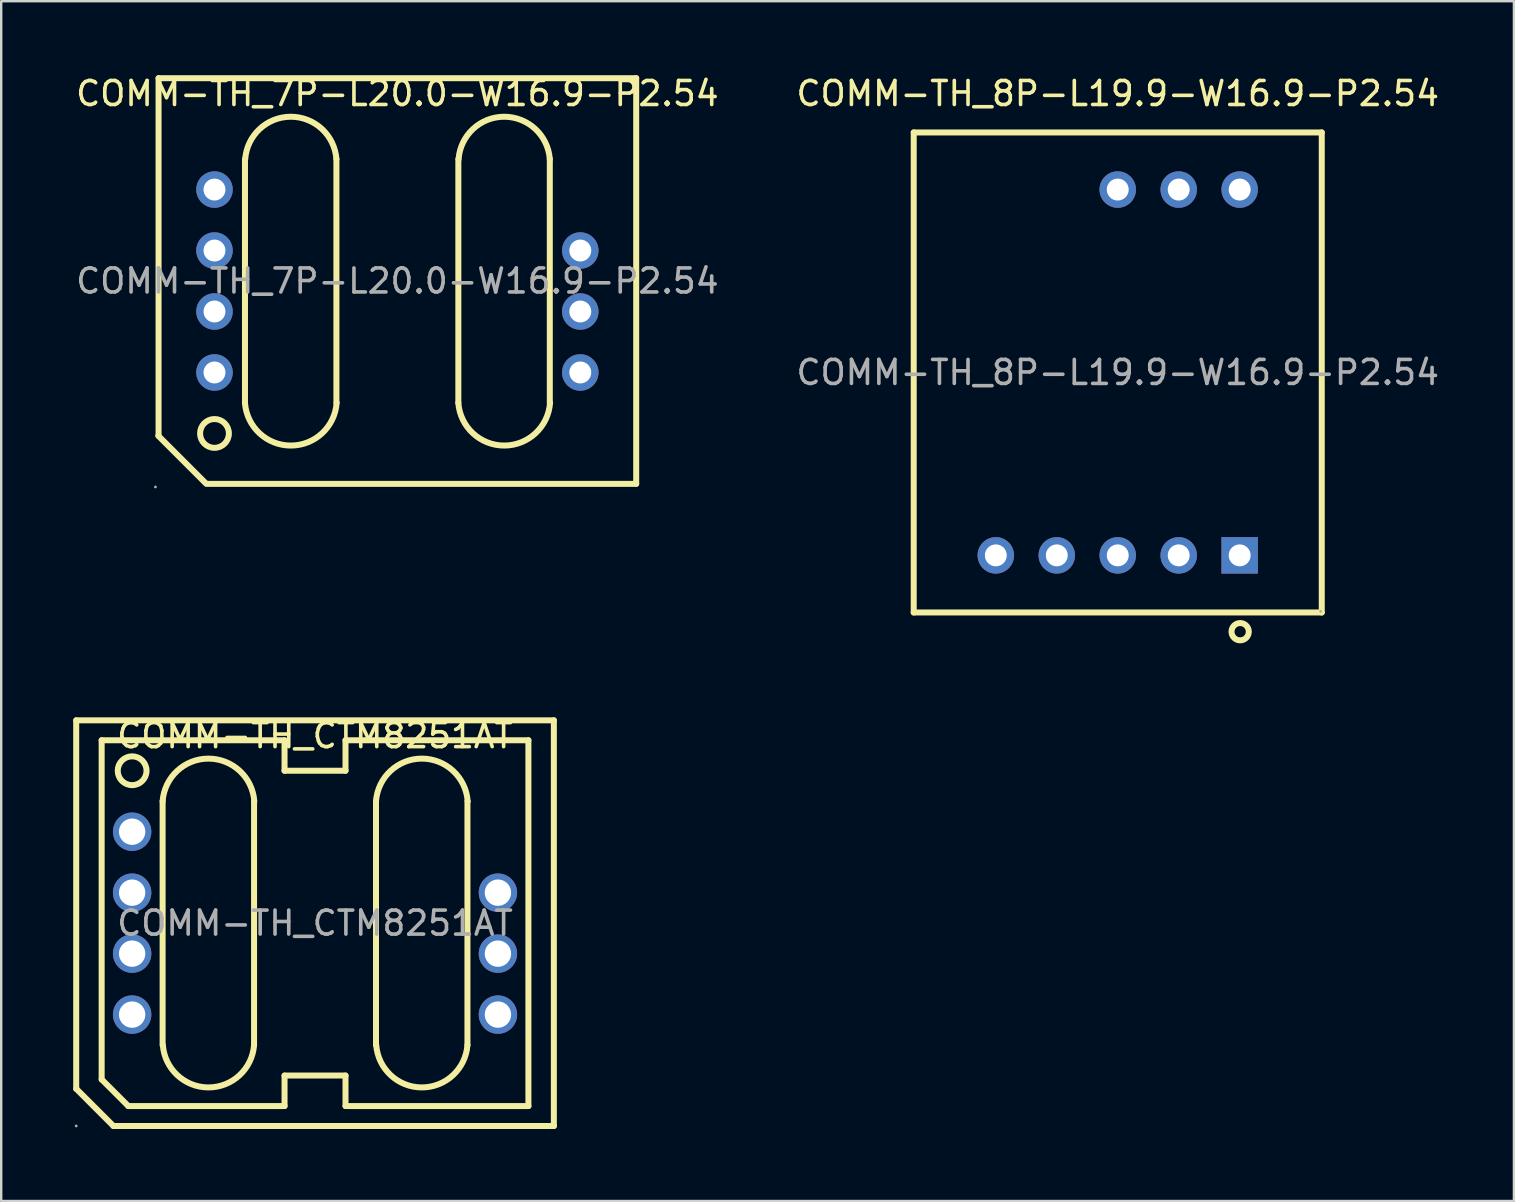
<source format=kicad_pcb>
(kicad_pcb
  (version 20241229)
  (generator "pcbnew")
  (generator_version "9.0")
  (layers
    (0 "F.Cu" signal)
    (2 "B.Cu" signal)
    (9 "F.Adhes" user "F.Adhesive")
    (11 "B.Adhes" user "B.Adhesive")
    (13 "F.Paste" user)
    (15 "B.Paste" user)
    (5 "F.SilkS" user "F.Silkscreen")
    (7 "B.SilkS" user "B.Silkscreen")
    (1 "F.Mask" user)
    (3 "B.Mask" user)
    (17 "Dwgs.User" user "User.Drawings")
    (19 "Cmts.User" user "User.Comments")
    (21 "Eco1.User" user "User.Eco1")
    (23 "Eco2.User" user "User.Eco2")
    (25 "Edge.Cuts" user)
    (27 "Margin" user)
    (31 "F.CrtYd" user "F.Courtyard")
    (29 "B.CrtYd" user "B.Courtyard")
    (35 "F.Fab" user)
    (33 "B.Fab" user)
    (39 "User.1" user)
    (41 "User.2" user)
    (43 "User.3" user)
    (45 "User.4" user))
  (footprint "COMM-TH_7P-L20.0-W16.9-P2.54"
    (layer "F.Cu")
    (at 13.506 8.658)
    (property "Reference" "COMM-TH_7P-L20.0-W16.9-P2.54" (at 0 -7.81 0) (layer "F.SilkS") (effects (font (size 1 1) (thickness 0.15))))
    (attr through_hole)
    (fp_line (start -9.96 6.45) (end -7.98 8.43) (stroke (width 0.25) (type solid)) (layer "F.SilkS"))
    (fp_line (start -9.95 -8.45) (end -9.95 6.45) (stroke (width 0.25) (type solid)) (layer "F.SilkS"))
    (fp_line (start -9.95 -8.45) (end 9.95 -8.45) (stroke (width 0.25) (type solid)) (layer "F.SilkS"))
    (fp_line (start -7.95 8.45) (end 9.95 8.45) (stroke (width 0.25) (type solid)) (layer "F.SilkS"))
    (fp_line (start -6.35 -5.08) (end -6.35 5.08) (stroke (width 0.25) (type solid)) (layer "F.SilkS"))
    (fp_line (start -2.54 -5.08) (end -2.54 5.08) (stroke (width 0.25) (type solid)) (layer "F.SilkS"))
    (fp_line (start 2.54 -5.08) (end 2.54 5.08) (stroke (width 0.25) (type solid)) (layer "F.SilkS"))
    (fp_line (start 6.35 -5.08) (end 6.35 5.08) (stroke (width 0.25) (type solid)) (layer "F.SilkS"))
    (fp_line (start 9.95 -8.45) (end 9.95 8.45) (stroke (width 0.25) (type solid)) (layer "F.SilkS"))
    (fp_arc (start -6.340333 -5.075412) (mid -4.4423 -6.84515) (end -2.54 -5.08) (stroke (width 0.25) (type solid)) (layer "F.SilkS"))
    (fp_arc (start -2.529772 5.076853) (mid -4.438422 6.855123) (end -6.35 5.08) (stroke (width 0.25) (type solid)) (layer "F.SilkS"))
    (fp_arc (start 2.549667 -5.075412) (mid 4.4477 -6.84515) (end 6.35 -5.08) (stroke (width 0.25) (type solid)) (layer "F.SilkS"))
    (fp_arc (start 6.360228 5.076853) (mid 4.451578 6.855123) (end 2.54 5.08) (stroke (width 0.25) (type solid)) (layer "F.SilkS"))
    (fp_circle (center -7.62 6.35) (end -7.02 6.35) (stroke (width 0.25) (type solid)) (fill no) (layer "F.SilkS"))
    (fp_circle (center -10.08 8.58) (end -10.05 8.58) (stroke (width 0.06) (type solid)) (fill no) (layer "F.Fab"))
    (fp_circle (center -7.62 -3.81) (end -7.44 -3.81) (stroke (width 0.36) (type solid)) (fill no) (layer "F.Fab"))
    (fp_circle (center -7.62 -1.27) (end -7.44 -1.27) (stroke (width 0.36) (type solid)) (fill no) (layer "F.Fab"))
    (fp_circle (center -7.62 1.27) (end -7.44 1.27) (stroke (width 0.36) (type solid)) (fill no) (layer "F.Fab"))
    (fp_circle (center -7.62 3.81) (end -7.44 3.81) (stroke (width 0.36) (type solid)) (fill no) (layer "F.Fab"))
    (fp_circle (center 7.62 -1.27) (end 7.8 -1.27) (stroke (width 0.36) (type solid)) (fill no) (layer "F.Fab"))
    (fp_circle (center 7.62 1.27) (end 7.8 1.27) (stroke (width 0.36) (type solid)) (fill no) (layer "F.Fab"))
    (fp_circle (center 7.62 3.81) (end 7.8 3.81) (stroke (width 0.36) (type solid)) (fill no) (layer "F.Fab"))
    (fp_text user "${REFERENCE}" (at 0 0 0) (layer "F.Fab") (effects (font (size 1 1) (thickness 0.15))))
    (pad "1" thru_hole circle (at -7.62 3.81) (size 1.52 1.52) (drill 0.914) (layers "*.Cu" "*.Paste" "*.Mask"))
    (pad "2" thru_hole circle (at -7.62 1.27) (size 1.52 1.52) (drill 0.914) (layers "*.Cu" "*.Paste" "*.Mask"))
    (pad "3" thru_hole circle (at -7.62 -1.27) (size 1.52 1.52) (drill 0.914) (layers "*.Cu" "*.Paste" "*.Mask"))
    (pad "4" thru_hole circle (at -7.62 -3.81) (size 1.52 1.52) (drill 0.914) (layers "*.Cu" "*.Paste" "*.Mask"))
    (pad "6" thru_hole circle (at 7.62 -1.27) (size 1.52 1.52) (drill 0.914) (layers "*.Cu" "*.Paste" "*.Mask"))
    (pad "7" thru_hole circle (at 7.62 1.27) (size 1.52 1.52) (drill 0.914) (layers "*.Cu" "*.Paste" "*.Mask"))
    (pad "8" thru_hole circle (at 7.62 3.81) (size 1.52 1.52) (drill 0.914) (layers "*.Cu" "*.Paste" "*.Mask")))
  (footprint "COMM-TH_CTM8251AT"
    (layer "F.Cu")
    (at 10.075 35.411)
    (property "Reference" "COMM-TH_CTM8251AT" (at 0 -7.81 0) (layer "F.SilkS") (effects (font (size 1 1) (thickness 0.15))))
    (attr through_hole)
    (fp_line (start -9.95 -8.45) (end -9.95 6.9) (stroke (width 0.25) (type solid)) (layer "F.SilkS"))
    (fp_line (start -9.95 -8.45) (end 9.95 -8.45) (stroke (width 0.25) (type solid)) (layer "F.SilkS"))
    (fp_line (start -9.95 6.9) (end -8.4 8.45) (stroke (width 0.25) (type solid)) (layer "F.SilkS"))
    (fp_line (start -8.89 -7.62) (end -8.89 6.51) (stroke (width 0.25) (type solid)) (layer "F.SilkS"))
    (fp_line (start -8.89 6.51) (end -7.78 7.62) (stroke (width 0.25) (type solid)) (layer "F.SilkS"))
    (fp_line (start -8.4 8.45) (end 9.95 8.45) (stroke (width 0.25) (type solid)) (layer "F.SilkS"))
    (fp_line (start -7.78 7.62) (end -1.27 7.62) (stroke (width 0.25) (type solid)) (layer "F.SilkS"))
    (fp_line (start -6.35 5.08) (end -6.35 -5.08) (stroke (width 0.25) (type solid)) (layer "F.SilkS"))
    (fp_line (start -2.54 5.08) (end -2.54 -5.08) (stroke (width 0.25) (type solid)) (layer "F.SilkS"))
    (fp_line (start -1.27 -7.62) (end -8.89 -7.62) (stroke (width 0.25) (type solid)) (layer "F.SilkS"))
    (fp_line (start -1.27 -6.35) (end -1.27 -7.62) (stroke (width 0.25) (type solid)) (layer "F.SilkS"))
    (fp_line (start -1.27 6.35) (end 1.27 6.35) (stroke (width 0.25) (type solid)) (layer "F.SilkS"))
    (fp_line (start -1.27 7.62) (end -1.27 6.35) (stroke (width 0.25) (type solid)) (layer "F.SilkS"))
    (fp_line (start 1.27 -7.62) (end 1.27 -6.35) (stroke (width 0.25) (type solid)) (layer "F.SilkS"))
    (fp_line (start 1.27 -6.35) (end -1.27 -6.35) (stroke (width 0.25) (type solid)) (layer "F.SilkS"))
    (fp_line (start 1.27 6.35) (end 1.27 7.62) (stroke (width 0.25) (type solid)) (layer "F.SilkS"))
    (fp_line (start 1.27 7.62) (end 8.89 7.62) (stroke (width 0.25) (type solid)) (layer "F.SilkS"))
    (fp_line (start 2.54 5.08) (end 2.54 -5.08) (stroke (width 0.25) (type solid)) (layer "F.SilkS"))
    (fp_line (start 6.35 5.08) (end 6.35 -5.08) (stroke (width 0.25) (type solid)) (layer "F.SilkS"))
    (fp_line (start 8.89 -7.62) (end 1.27 -7.62) (stroke (width 0.25) (type solid)) (layer "F.SilkS"))
    (fp_line (start 8.89 7.62) (end 8.89 -7.62) (stroke (width 0.25) (type solid)) (layer "F.SilkS"))
    (fp_line (start 9.95 8.45) (end 9.95 -8.45) (stroke (width 0.25) (type solid)) (layer "F.SilkS"))
    (fp_arc (start -6.35 -5.08) (mid -4.438422 -6.855123) (end -2.529772 -5.076853) (stroke (width 0.25) (type solid)) (layer "F.SilkS"))
    (fp_arc (start -2.54 5.08) (mid -4.4423 6.84515) (end -6.340333 5.075412) (stroke (width 0.25) (type solid)) (layer "F.SilkS"))
    (fp_arc (start 2.54 -5.08) (mid 4.451578 -6.855123) (end 6.360228 -5.076853) (stroke (width 0.25) (type solid)) (layer "F.SilkS"))
    (fp_arc (start 6.35 5.08) (mid 4.4477 6.84515) (end 2.549667 5.075412) (stroke (width 0.25) (type solid)) (layer "F.SilkS"))
    (fp_circle (center -7.62 -6.35) (end -7.02 -6.35) (stroke (width 0.25) (type solid)) (fill no) (layer "F.SilkS"))
    (fp_circle (center -9.95 8.45) (end -9.92 8.45) (stroke (width 0.06) (type solid)) (fill no) (layer "F.Fab"))
    (fp_circle (center -7.62 -3.81) (end -7.5 -3.81) (stroke (width 0.24) (type solid)) (fill no) (layer "F.Fab"))
    (fp_circle (center -7.62 -1.27) (end -7.5 -1.27) (stroke (width 0.24) (type solid)) (fill no) (layer "F.Fab"))
    (fp_circle (center -7.62 1.27) (end -7.5 1.27) (stroke (width 0.24) (type solid)) (fill no) (layer "F.Fab"))
    (fp_circle (center -7.62 3.81) (end -7.5 3.81) (stroke (width 0.24) (type solid)) (fill no) (layer "F.Fab"))
    (fp_circle (center 7.62 -1.27) (end 7.74 -1.27) (stroke (width 0.24) (type solid)) (fill no) (layer "F.Fab"))
    (fp_circle (center 7.62 1.27) (end 7.74 1.27) (stroke (width 0.24) (type solid)) (fill no) (layer "F.Fab"))
    (fp_circle (center 7.62 3.81) (end 7.74 3.81) (stroke (width 0.24) (type solid)) (fill no) (layer "F.Fab"))
    (fp_text user "${REFERENCE}" (at 0 0 0) (layer "F.Fab") (effects (font (size 1 1) (thickness 0.15))))
    (pad "1" thru_hole circle (at -7.62 3.81) (size 1.6 1.6) (drill 1.1) (layers "*.Cu" "*.Paste" "*.Mask"))
    (pad "2" thru_hole circle (at -7.62 1.27) (size 1.6 1.6) (drill 1.1) (layers "*.Cu" "*.Paste" "*.Mask"))
    (pad "3" thru_hole circle (at -7.62 -1.27) (size 1.6 1.6) (drill 1.1) (layers "*.Cu" "*.Paste" "*.Mask"))
    (pad "4" thru_hole circle (at -7.62 -3.81) (size 1.6 1.6) (drill 1.1) (layers "*.Cu" "*.Paste" "*.Mask"))
    (pad "6" thru_hole circle (at 7.62 -1.27) (size 1.6 1.6) (drill 1.1) (layers "*.Cu" "*.Paste" "*.Mask"))
    (pad "7" thru_hole circle (at 7.62 1.27) (size 1.6 1.6) (drill 1.1) (layers "*.Cu" "*.Paste" "*.Mask"))
    (pad "8" thru_hole circle (at 7.62 3.81) (size 1.6 1.6) (drill 1.1) (layers "*.Cu" "*.Paste" "*.Mask")))
  (footprint "COMM-TH_8P-L19.9-W16.9-P2.54"
    (layer "F.Cu")
    (at 43.518 12.468)
    (property "Reference" "COMM-TH_8P-L19.9-W16.9-P2.54" (at 0 -11.62 0) (layer "F.SilkS") (effects (font (size 1 1) (thickness 0.15))))
    (attr through_hole)
    (fp_line (start -8.5 -10) (end 8.5 -10) (stroke (width 0.25) (type solid)) (layer "F.SilkS"))
    (fp_line (start -8.5 10) (end -8.5 -10) (stroke (width 0.25) (type solid)) (layer "F.SilkS"))
    (fp_line (start 8.5 -10) (end 8.5 10) (stroke (width 0.25) (type solid)) (layer "F.SilkS"))
    (fp_line (start 8.5 10) (end -8.5 10) (stroke (width 0.25) (type solid)) (layer "F.SilkS"))
    (fp_circle (center 5.1 10.8) (end 5.46 10.8) (stroke (width 0.25) (type solid)) (fill no) (layer "F.SilkS"))
    (fp_circle (center -5.08 7.62) (end -4.96 7.62) (stroke (width 0.24) (type solid)) (fill no) (layer "F.Fab"))
    (fp_circle (center -2.54 7.62) (end -2.42 7.62) (stroke (width 0.24) (type solid)) (fill no) (layer "F.Fab"))
    (fp_circle (center 0 -7.62) (end 0.12 -7.62) (stroke (width 0.24) (type solid)) (fill no) (layer "F.Fab"))
    (fp_circle (center 0 7.62) (end 0.12 7.62) (stroke (width 0.24) (type solid)) (fill no) (layer "F.Fab"))
    (fp_circle (center 2.54 -7.62) (end 2.66 -7.62) (stroke (width 0.24) (type solid)) (fill no) (layer "F.Fab"))
    (fp_circle (center 2.54 7.62) (end 2.66 7.62) (stroke (width 0.24) (type solid)) (fill no) (layer "F.Fab"))
    (fp_circle (center 5.08 -7.62) (end 5.2 -7.62) (stroke (width 0.24) (type solid)) (fill no) (layer "F.Fab"))
    (fp_circle (center 5.08 7.62) (end 5.2 7.62) (stroke (width 0.24) (type solid)) (fill no) (layer "F.Fab"))
    (fp_circle (center 8.45 9.95) (end 8.48 9.95) (stroke (width 0.06) (type solid)) (fill no) (layer "F.Fab"))
    (fp_text user "${REFERENCE}" (at 0 0 0) (layer "F.Fab") (effects (font (size 1 1) (thickness 0.15))))
    (pad "1" thru_hole rect (at 5.08 7.62) (size 1.52 1.52) (drill 0.914) (layers "*.Cu" "*.Paste" "*.Mask"))
    (pad "2" thru_hole circle (at 2.54 7.62) (size 1.52 1.52) (drill 0.914) (layers "*.Cu" "*.Paste" "*.Mask"))
    (pad "3" thru_hole circle (at 0 7.62) (size 1.52 1.52) (drill 0.914) (layers "*.Cu" "*.Paste" "*.Mask"))
    (pad "4" thru_hole circle (at -2.54 7.62) (size 1.52 1.52) (drill 0.914) (layers "*.Cu" "*.Paste" "*.Mask"))
    (pad "5" thru_hole circle (at -5.08 7.62) (size 1.52 1.52) (drill 0.914) (layers "*.Cu" "*.Paste" "*.Mask"))
    (pad "8" thru_hole circle (at 0 -7.62) (size 1.52 1.52) (drill 0.914) (layers "*.Cu" "*.Paste" "*.Mask"))
    (pad "9" thru_hole circle (at 2.54 -7.62) (size 1.52 1.52) (drill 0.914) (layers "*.Cu" "*.Paste" "*.Mask"))
    (pad "10" thru_hole circle (at 5.08 -7.62) (size 1.52 1.52) (drill 0.914) (layers "*.Cu" "*.Paste" "*.Mask")))
  (gr_rect
    (start -3 -3)
    (end 60.024 46.986)
    (stroke (width 0.1) (type default))
    (fill no)
    (layer "Edge.Cuts")))
</source>
